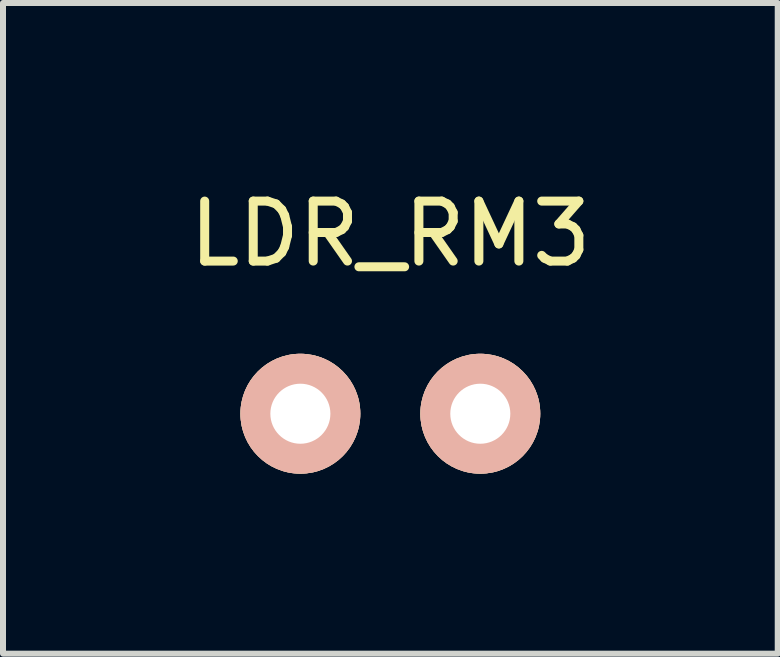
<source format=kicad_pcb>
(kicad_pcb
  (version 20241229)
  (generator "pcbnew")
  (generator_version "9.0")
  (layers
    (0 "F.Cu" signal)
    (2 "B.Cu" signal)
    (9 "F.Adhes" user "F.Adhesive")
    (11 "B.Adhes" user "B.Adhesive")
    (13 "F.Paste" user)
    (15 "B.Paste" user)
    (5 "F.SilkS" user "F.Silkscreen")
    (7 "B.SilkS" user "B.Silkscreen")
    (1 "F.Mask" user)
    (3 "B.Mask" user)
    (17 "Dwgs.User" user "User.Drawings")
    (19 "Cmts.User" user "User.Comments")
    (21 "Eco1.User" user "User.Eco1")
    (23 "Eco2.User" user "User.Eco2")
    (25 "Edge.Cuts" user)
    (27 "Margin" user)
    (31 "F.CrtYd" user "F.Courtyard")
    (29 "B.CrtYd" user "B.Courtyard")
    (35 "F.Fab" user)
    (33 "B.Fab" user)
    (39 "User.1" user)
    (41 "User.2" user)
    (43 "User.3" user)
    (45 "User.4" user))
  (footprint "LDR_RM3"
    (layer "F.Cu")
    (at 3.458 3.848)
    (property "Reference" "LDR_RM3" (at 0 -3 0) (layer "F.SilkS") (effects (font (size 1 1) (thickness 0.15))))
    (attr through_hole)
    (pad "1" thru_hole circle (at -1.5 0) (size 1.999 1.999) (drill 1.001) (layers "*.Cu" "*.SilkS" "*.Mask"))
    (pad "2" thru_hole circle (at 1.5 0) (size 1.999 1.999) (drill 1.001) (layers "*.Cu" "*.SilkS" "*.Mask")))
  (gr_rect
    (start -3 -3)
    (end 9.917 7.848)
    (stroke (width 0.1) (type default))
    (fill no)
    (layer "Edge.Cuts")))
</source>
